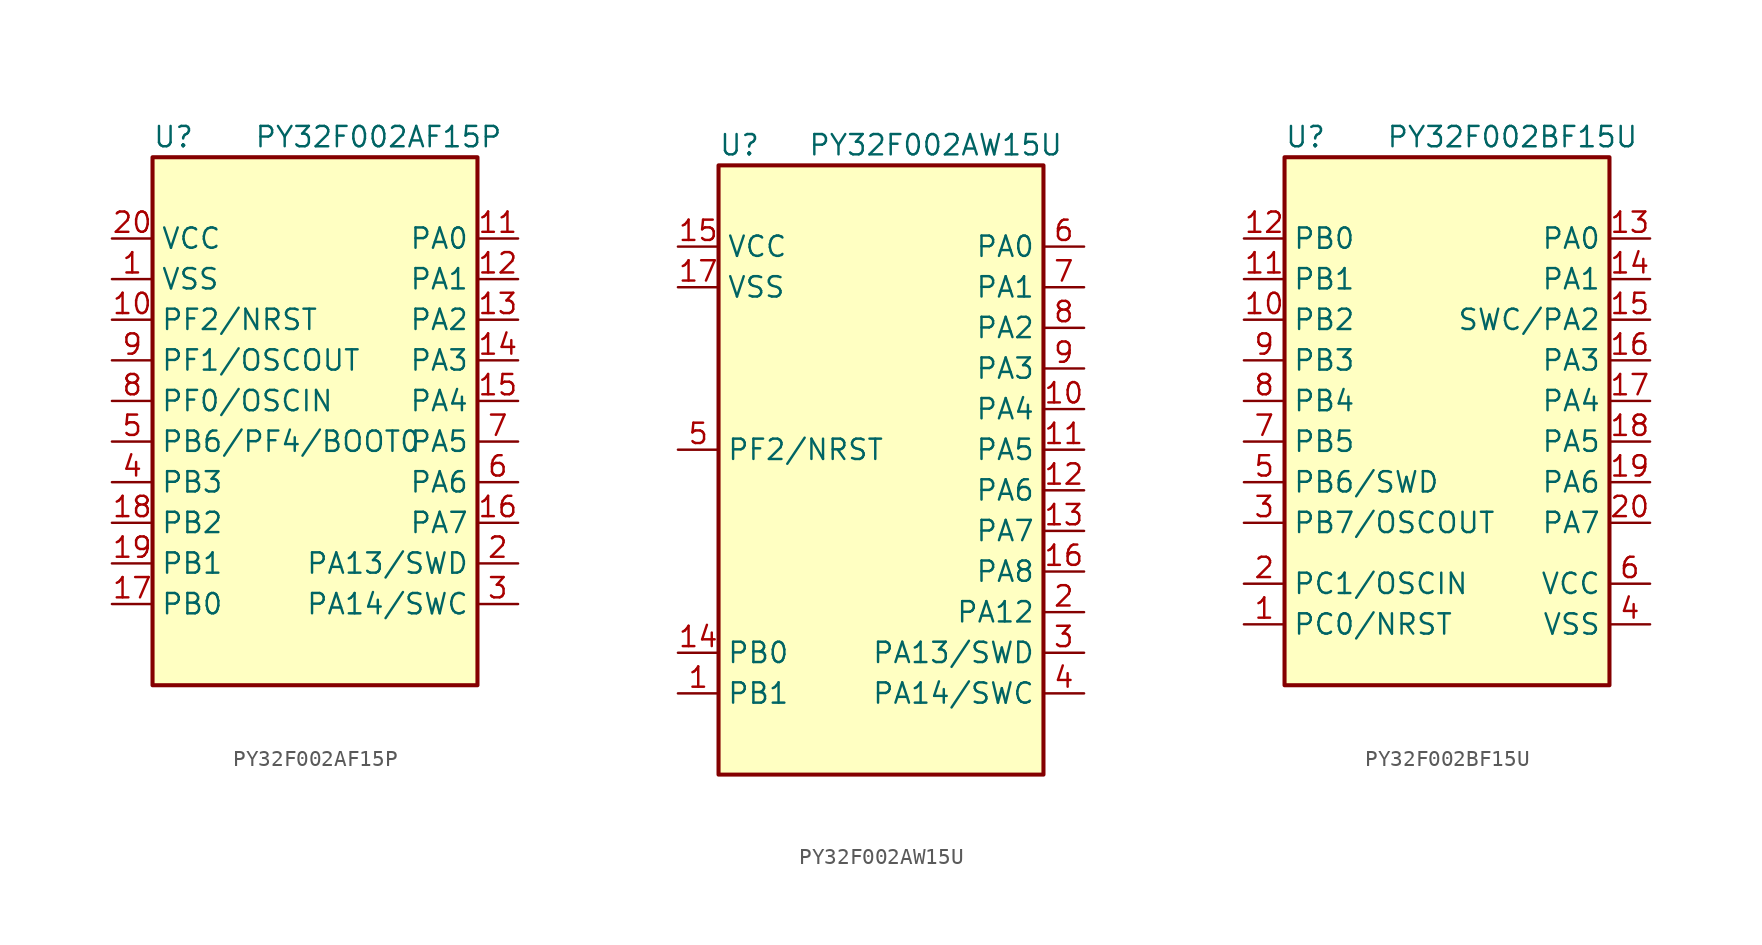
<source format=kicad_sym>
(kicad_symbol_lib
  (version 20231120)
  (generator "kicad_symbol_editor")
  (generator_version "8.0")
  (symbol "PY32F002AF15P"
    (property "Reference" "U"
      (at -10.16 16.51 0)
      (effects (font (size 1.27 1.27)) (justify left)))
    (property "Value" "PY32F002AF15P"
      (at -3.81 16.51 0)
      (effects (font (size 1.27 1.27)) (justify left)))
    (symbol "PY32F002AF15P_0_1"
      (rectangle (start -10.16 15.24) (end 10.16 -17.78) (stroke (width 0.254) (type default)) (fill (type background))))
    (symbol "PY32F002AF15P_1_1"
      (pin power_in line (at -12.7 7.62 0) (length 2.54) (name "VSS" (effects (font (size 1.27 1.27)))) (number "1" (effects (font (size 1.27 1.27)))))
      (pin bidirectional line (at -12.7 5.08 0) (length 2.54) (name "PF2/NRST" (effects (font (size 1.27 1.27)))) (number "10" (effects (font (size 1.27 1.27)))))
      (pin bidirectional line (at 12.7 10.16 180) (length 2.54) (name "PA0" (effects (font (size 1.27 1.27)))) (number "11" (effects (font (size 1.27 1.27)))))
      (pin bidirectional line (at 12.7 7.62 180) (length 2.54) (name "PA1" (effects (font (size 1.27 1.27)))) (number "12" (effects (font (size 1.27 1.27)))))
      (pin bidirectional line (at 12.7 5.08 180) (length 2.54) (name "PA2" (effects (font (size 1.27 1.27)))) (number "13" (effects (font (size 1.27 1.27)))))
      (pin bidirectional line (at 12.7 2.54 180) (length 2.54) (name "PA3" (effects (font (size 1.27 1.27)))) (number "14" (effects (font (size 1.27 1.27)))))
      (pin bidirectional line (at 12.7 0 180) (length 2.54) (name "PA4" (effects (font (size 1.27 1.27)))) (number "15" (effects (font (size 1.27 1.27)))))
      (pin bidirectional line (at 12.7 -7.62 180) (length 2.54) (name "PA7" (effects (font (size 1.27 1.27)))) (number "16" (effects (font (size 1.27 1.27)))))
      (pin bidirectional line (at -12.7 -12.7 0) (length 2.54) (name "PB0" (effects (font (size 1.27 1.27)))) (number "17" (effects (font (size 1.27 1.27)))))
      (pin bidirectional line (at -12.7 -7.62 0) (length 2.54) (name "PB2" (effects (font (size 1.27 1.27)))) (number "18" (effects (font (size 1.27 1.27)))))
      (pin bidirectional line (at -12.7 -10.16 0) (length 2.54) (name "PB1" (effects (font (size 1.27 1.27)))) (number "19" (effects (font (size 1.27 1.27)))))
      (pin bidirectional line (at 12.7 -10.16 180) (length 2.54) (name "PA13/SWD" (effects (font (size 1.27 1.27)))) (number "2" (effects (font (size 1.27 1.27)))))
      (pin power_in line (at -12.7 10.16 0) (length 2.54) (name "VCC" (effects (font (size 1.27 1.27)))) (number "20" (effects (font (size 1.27 1.27)))))
      (pin bidirectional line (at 12.7 -12.7 180) (length 2.54) (name "PA14/SWC" (effects (font (size 1.27 1.27)))) (number "3" (effects (font (size 1.27 1.27)))))
      (pin bidirectional line (at -12.7 -5.08 0) (length 2.54) (name "PB3" (effects (font (size 1.27 1.27)))) (number "4" (effects (font (size 1.27 1.27)))))
      (pin bidirectional line (at -12.7 -2.54 0) (length 2.54) (name "PB6/PF4/BOOT0" (effects (font (size 1.27 1.27)))) (number "5" (effects (font (size 1.27 1.27)))))
      (pin bidirectional line (at 12.7 -5.08 180) (length 2.54) (name "PA6" (effects (font (size 1.27 1.27)))) (number "6" (effects (font (size 1.27 1.27)))))
      (pin bidirectional line (at 12.7 -2.54 180) (length 2.54) (name "PA5" (effects (font (size 1.27 1.27)))) (number "7" (effects (font (size 1.27 1.27)))))
      (pin bidirectional line (at -12.7 0 0) (length 2.54) (name "PF0/OSCIN" (effects (font (size 1.27 1.27)))) (number "8" (effects (font (size 1.27 1.27)))))
      (pin bidirectional line (at -12.7 2.54 0) (length 2.54) (name "PF1/OSCOUT" (effects (font (size 1.27 1.27)))) (number "9" (effects (font (size 1.27 1.27)))))))
  (symbol "PY32F002AW15U"
    (property "Reference" "U"
      (at -10.16 19.05 0)
      (effects (font (size 1.27 1.27)) (justify left)))
    (property "Value" "PY32F002AW15U"
      (at -4.572 19.05 0)
      (effects (font (size 1.27 1.27)) (justify left)))
    (symbol "PY32F002AW15U_0_1"
      (rectangle (start -10.16 17.78) (end 10.16 -20.32) (stroke (width 0.254) (type default)) (fill (type background))))
    (symbol "PY32F002AW15U_1_1"
      (pin bidirectional line (at -12.7 -15.24 0) (length 2.54) (name "PB1" (effects (font (size 1.27 1.27)))) (number "1" (effects (font (size 1.27 1.27)))))
      (pin bidirectional line (at 12.7 2.54 180) (length 2.54) (name "PA4" (effects (font (size 1.27 1.27)))) (number "10" (effects (font (size 1.27 1.27)))))
      (pin bidirectional line (at 12.7 0 180) (length 2.54) (name "PA5" (effects (font (size 1.27 1.27)))) (number "11" (effects (font (size 1.27 1.27)))))
      (pin bidirectional line (at 12.7 -2.54 180) (length 2.54) (name "PA6" (effects (font (size 1.27 1.27)))) (number "12" (effects (font (size 1.27 1.27)))))
      (pin bidirectional line (at 12.7 -5.08 180) (length 2.54) (name "PA7" (effects (font (size 1.27 1.27)))) (number "13" (effects (font (size 1.27 1.27)))))
      (pin bidirectional line (at -12.7 -12.7 0) (length 2.54) (name "PB0" (effects (font (size 1.27 1.27)))) (number "14" (effects (font (size 1.27 1.27)))))
      (pin power_in line (at -12.7 12.7 0) (length 2.54) (name "VCC" (effects (font (size 1.27 1.27)))) (number "15" (effects (font (size 1.27 1.27)))))
      (pin bidirectional line (at 12.7 -7.62 180) (length 2.54) (name "PA8" (effects (font (size 1.27 1.27)))) (number "16" (effects (font (size 1.27 1.27)))))
      (pin power_in line (at -12.7 10.16 0) (length 2.54) (name "VSS" (effects (font (size 1.27 1.27)))) (number "17" (effects (font (size 1.27 1.27)))))
      (pin bidirectional line (at 12.7 -10.16 180) (length 2.54) (name "PA12" (effects (font (size 1.27 1.27)))) (number "2" (effects (font (size 1.27 1.27)))))
      (pin bidirectional line (at 12.7 -12.7 180) (length 2.54) (name "PA13/SWD" (effects (font (size 1.27 1.27)))) (number "3" (effects (font (size 1.27 1.27)))))
      (pin bidirectional line (at 12.7 -15.24 180) (length 2.54) (name "PA14/SWC" (effects (font (size 1.27 1.27)))) (number "4" (effects (font (size 1.27 1.27)))))
      (pin bidirectional line (at -12.7 0 0) (length 2.54) (name "PF2/NRST" (effects (font (size 1.27 1.27)))) (number "5" (effects (font (size 1.27 1.27)))))
      (pin bidirectional line (at 12.7 12.7 180) (length 2.54) (name "PA0" (effects (font (size 1.27 1.27)))) (number "6" (effects (font (size 1.27 1.27)))))
      (pin bidirectional line (at 12.7 10.16 180) (length 2.54) (name "PA1" (effects (font (size 1.27 1.27)))) (number "7" (effects (font (size 1.27 1.27)))))
      (pin bidirectional line (at 12.7 7.62 180) (length 2.54) (name "PA2" (effects (font (size 1.27 1.27)))) (number "8" (effects (font (size 1.27 1.27)))))
      (pin bidirectional line (at 12.7 5.08 180) (length 2.54) (name "PA3" (effects (font (size 1.27 1.27)))) (number "9" (effects (font (size 1.27 1.27)))))))
  (symbol "PY32F002BF15U"
    (property "Reference" "U"
      (at -10.16 16.51 0)
      (effects (font (size 1.27 1.27)) (justify left)))
    (property "Value" "PY32F002BF15U"
      (at -3.81 16.51 0)
      (effects (font (size 1.27 1.27)) (justify left)))
    (symbol "PY32F002BF15U_0_1"
      (rectangle (start -10.16 15.24) (end 10.16 -17.78) (stroke (width 0.254) (type default)) (fill (type background))))
    (symbol "PY32F002BF15U_1_1"
      (pin bidirectional line (at -12.7 -13.97 0) (length 2.54) (name "PC0/NRST" (effects (font (size 1.27 1.27)))) (number "1" (effects (font (size 1.27 1.27)))))
      (pin bidirectional line (at -12.7 5.08 0) (length 2.54) (name "PB2" (effects (font (size 1.27 1.27)))) (number "10" (effects (font (size 1.27 1.27)))))
      (pin bidirectional line (at -12.7 7.62 0) (length 2.54) (name "PB1" (effects (font (size 1.27 1.27)))) (number "11" (effects (font (size 1.27 1.27)))))
      (pin bidirectional line (at -12.7 10.16 0) (length 2.54) (name "PB0" (effects (font (size 1.27 1.27)))) (number "12" (effects (font (size 1.27 1.27)))))
      (pin bidirectional line (at 12.7 10.16 180) (length 2.54) (name "PA0" (effects (font (size 1.27 1.27)))) (number "13" (effects (font (size 1.27 1.27)))))
      (pin bidirectional line (at 12.7 7.62 180) (length 2.54) (name "PA1" (effects (font (size 1.27 1.27)))) (number "14" (effects (font (size 1.27 1.27)))))
      (pin bidirectional line (at 12.7 5.08 180) (length 2.54) (name "SWC/PA2" (effects (font (size 1.27 1.27)))) (number "15" (effects (font (size 1.27 1.27)))))
      (pin bidirectional line (at 12.7 2.54 180) (length 2.54) (name "PA3" (effects (font (size 1.27 1.27)))) (number "16" (effects (font (size 1.27 1.27)))))
      (pin bidirectional line (at 12.7 0 180) (length 2.54) (name "PA4" (effects (font (size 1.27 1.27)))) (number "17" (effects (font (size 1.27 1.27)))))
      (pin bidirectional line (at 12.7 -2.54 180) (length 2.54) (name "PA5" (effects (font (size 1.27 1.27)))) (number "18" (effects (font (size 1.27 1.27)))))
      (pin bidirectional line (at 12.7 -5.08 180) (length 2.54) (name "PA6" (effects (font (size 1.27 1.27)))) (number "19" (effects (font (size 1.27 1.27)))))
      (pin bidirectional line (at -12.7 -11.43 0) (length 2.54) (name "PC1/OSCIN" (effects (font (size 1.27 1.27)))) (number "2" (effects (font (size 1.27 1.27)))))
      (pin bidirectional line (at 12.7 -7.62 180) (length 2.54) (name "PA7" (effects (font (size 1.27 1.27)))) (number "20" (effects (font (size 1.27 1.27)))))
      (pin power_in line (at 12.7 -13.97 180) (length 2.54) hide (name "VSS" (effects (font (size 1.27 1.27)))) (number "21" (effects (font (size 1.27 1.27)))))
      (pin bidirectional line (at -12.7 -7.62 0) (length 2.54) (name "PB7/OSCOUT" (effects (font (size 1.27 1.27)))) (number "3" (effects (font (size 1.27 1.27)))))
      (pin power_in line (at 12.7 -13.97 180) (length 2.54) (name "VSS" (effects (font (size 1.27 1.27)))) (number "4" (effects (font (size 1.27 1.27)))))
      (pin bidirectional line (at -12.7 -5.08 0) (length 2.54) (name "PB6/SWD" (effects (font (size 1.27 1.27)))) (number "5" (effects (font (size 1.27 1.27)))))
      (pin power_in line (at 12.7 -11.43 180) (length 2.54) (name "VCC" (effects (font (size 1.27 1.27)))) (number "6" (effects (font (size 1.27 1.27)))))
      (pin bidirectional line (at -12.7 -2.54 0) (length 2.54) (name "PB5" (effects (font (size 1.27 1.27)))) (number "7" (effects (font (size 1.27 1.27)))))
      (pin bidirectional line (at -12.7 0 0) (length 2.54) (name "PB4" (effects (font (size 1.27 1.27)))) (number "8" (effects (font (size 1.27 1.27)))))
      (pin bidirectional line (at -12.7 2.54 0) (length 2.54) (name "PB3" (effects (font (size 1.27 1.27)))) (number "9" (effects (font (size 1.27 1.27))))))))
</source>
